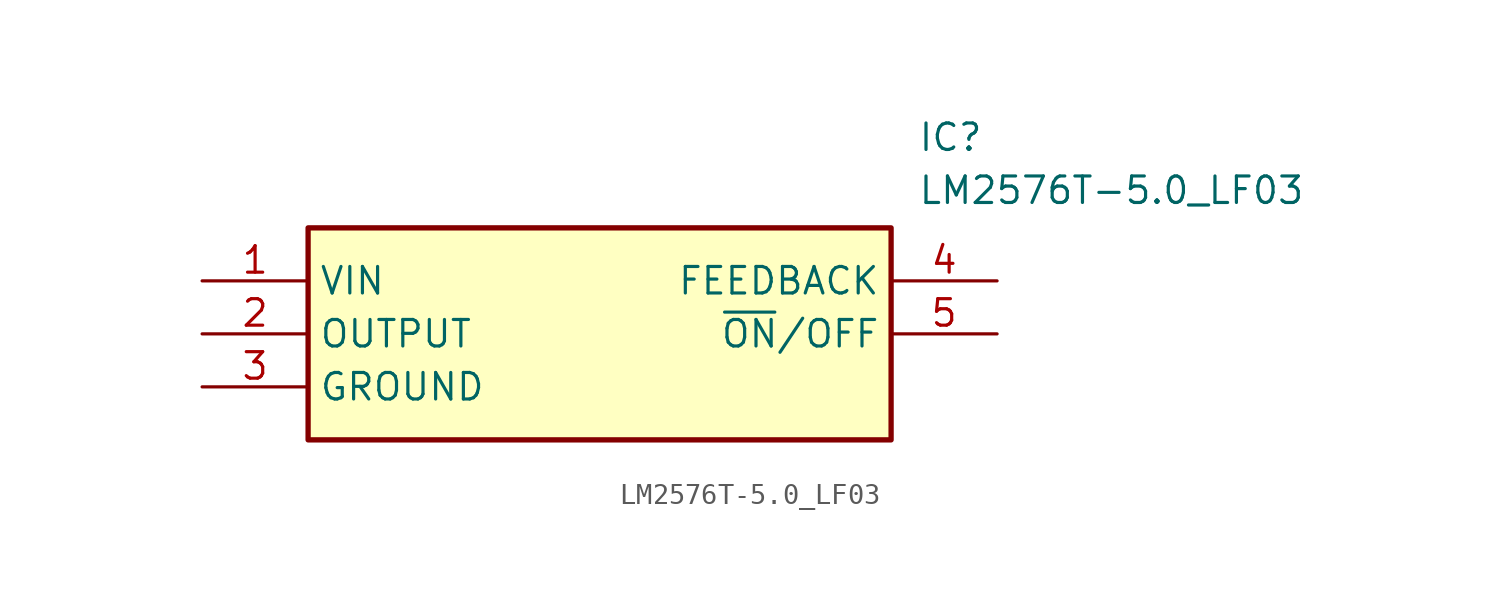
<source format=kicad_sym>
(kicad_symbol_lib
  (version 20211014)
  (generator SamacSys_ECAD_Model)
  (symbol "LM2576T-5.0_LF03"
    (property "Reference" "IC"
      (at 34.29 7.62 0)
      (effects (font (size 1.27 1.27)) (justify left top)))
    (property "Value" "LM2576T-5.0_LF03"
      (at 34.29 5.08 0)
      (effects (font (size 1.27 1.27)) (justify left top)))
    (rectangle
      (start 5.08 2.54)
      (end 33.02 -7.62)
      (stroke (width 0.254) (type default))
      (fill (type background)))
    (pin passive line
      (at 0 0 0)
      (length 5.08)
      (name "VIN" (effects (font (size 1.27 1.27))))
      (number "1" (effects (font (size 1.27 1.27)))))
    (pin passive line
      (at 0 -2.54 0)
      (length 5.08)
      (name "OUTPUT" (effects (font (size 1.27 1.27))))
      (number "2" (effects (font (size 1.27 1.27)))))
    (pin passive line
      (at 0 -5.08 0)
      (length 5.08)
      (name "GROUND" (effects (font (size 1.27 1.27))))
      (number "3" (effects (font (size 1.27 1.27)))))
    (pin passive line
      (at 38.1 0 180)
      (length 5.08)
      (name "FEEDBACK" (effects (font (size 1.27 1.27))))
      (number "4" (effects (font (size 1.27 1.27)))))
    (pin passive line
      (at 38.1 -2.54 180)
      (length 5.08)
      (name "~{ON}/OFF" (effects (font (size 1.27 1.27))))
      (number "5" (effects (font (size 1.27 1.27)))))))
</source>
